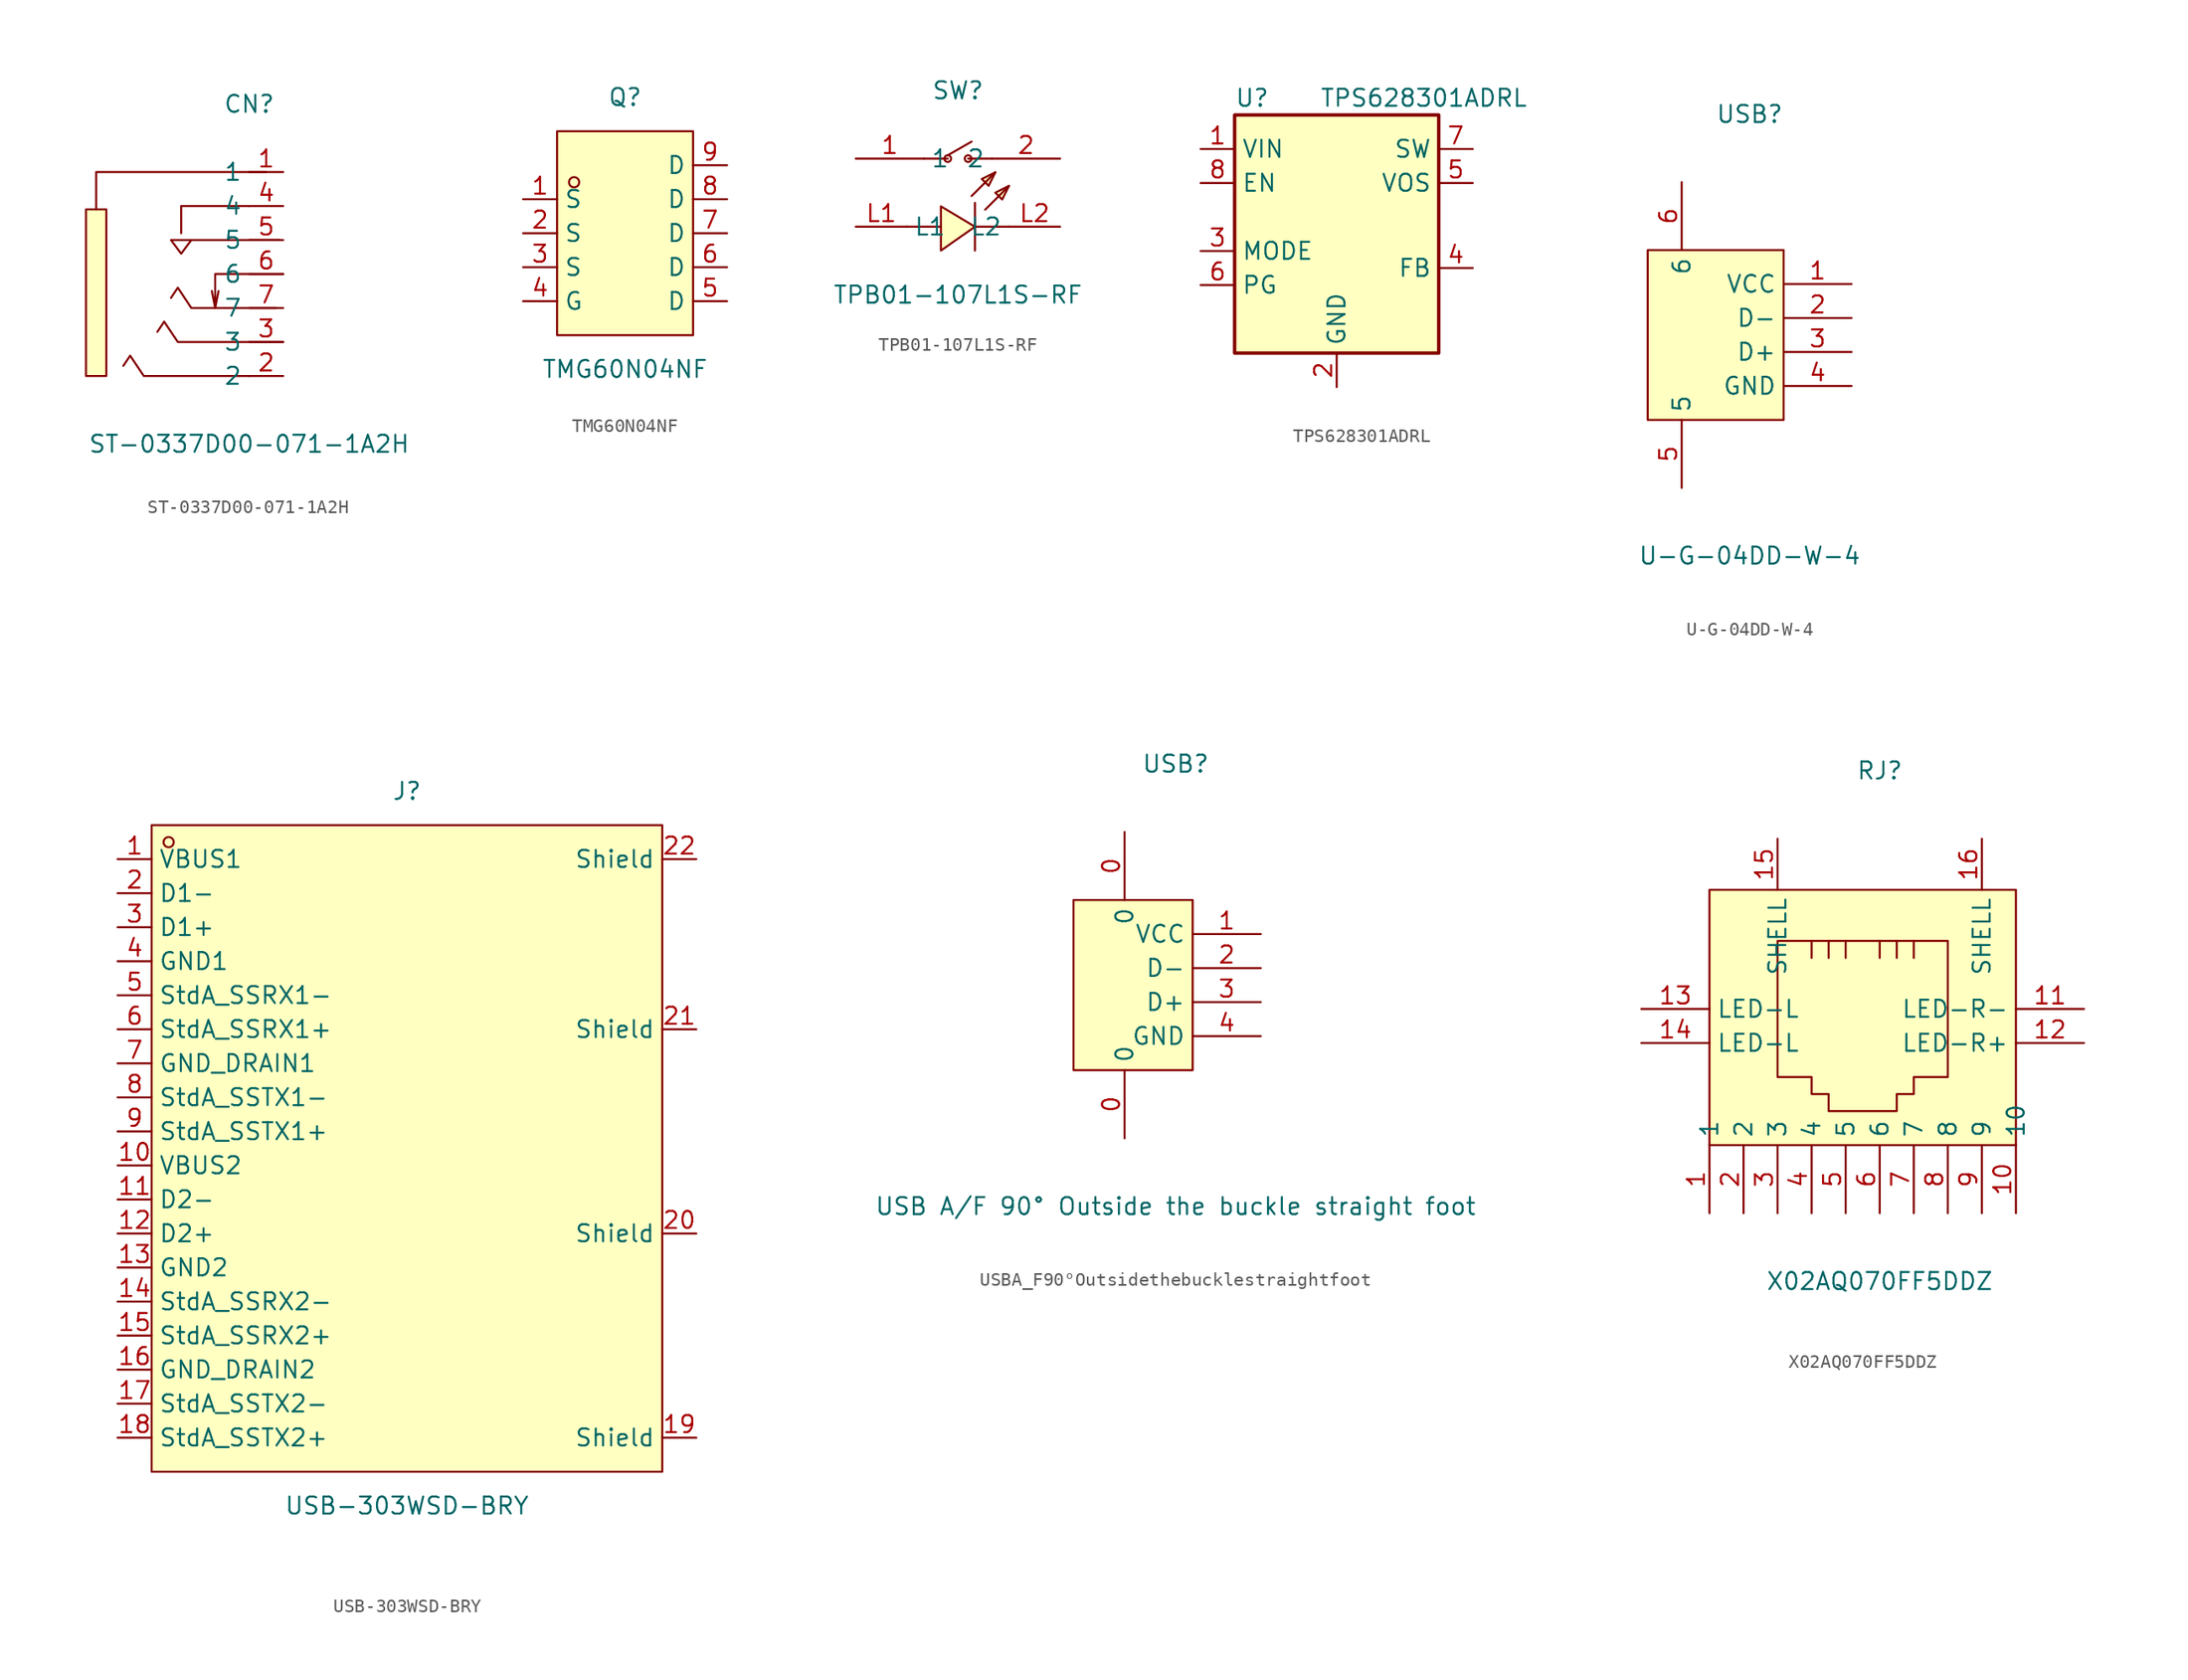
<source format=kicad_sym>
(kicad_symbol_lib
  (version 20241209)
  (generator "kicad_symbol_editor")
  (generator_version "9.0")
  (symbol "ST-0337D00-071-1A2H"
    (property "Reference" "CN"
      (at 0 12.7 0)
      (effects (font (size 1.27 1.27))))
    (property "Value" "ST-0337D00-071-1A2H"
      (at 0 -12.7 0)
      (effects (font (size 1.27 1.27))))
    (symbol "ST-0337D00-071-1A2H_0_1"
      (rectangle (start -12.19 4.83) (end -10.67 -7.62) (stroke (width 0) (type default)) (fill (type background)))
      (polyline (pts (xy -2.54 -2.54) (xy -2.29 -1.27)) (stroke (width 0) (type default)) (fill (type none)))
      (polyline (pts (xy 0 5.08) (xy -5.08 5.08) (xy -5.08 3.05)) (stroke (width 0) (type default)) (fill (type none)))
      (polyline (pts (xy 0 -7.62) (xy -7.87 -7.62) (xy -8.89 -6.1) (xy -9.4 -6.86)) (stroke (width 0) (type default)) (fill (type none)))
      (polyline (pts (xy 1.27 7.62) (xy -11.43 7.62) (xy -11.43 4.83)) (stroke (width 0) (type default)) (fill (type none)))
      (polyline (pts (xy 2.03 -2.54) (xy -4.32 -2.54) (xy -5.33 -1.02) (xy -5.84 -1.78)) (stroke (width 0) (type default)) (fill (type none)))
      (polyline (pts (xy 2.29 2.54) (xy -4.32 2.54) (xy -5.08 1.52) (xy -5.84 2.54) (xy -4.32 2.54)) (stroke (width 0) (type default)) (fill (type none)))
      (polyline (pts (xy 2.54 0) (xy -2.54 0) (xy -2.54 -2.54) (xy -2.79 -1.27)) (stroke (width 0) (type default)) (fill (type none)))
      (polyline (pts (xy 2.54 -5.08) (xy -5.33 -5.08) (xy -6.35 -3.56) (xy -6.86 -4.32)) (stroke (width 0) (type default)) (fill (type none)))
      (pin unspecified line (at 2.54 7.62 180) (length 2.54) (name "1" (effects (font (size 1.27 1.27)))) (number "1" (effects (font (size 1.27 1.27)))))
      (pin unspecified line (at 2.54 5.08 180) (length 2.54) (name "4" (effects (font (size 1.27 1.27)))) (number "4" (effects (font (size 1.27 1.27)))))
      (pin unspecified line (at 2.54 2.54 180) (length 2.54) (name "5" (effects (font (size 1.27 1.27)))) (number "5" (effects (font (size 1.27 1.27)))))
      (pin unspecified line (at 2.54 0 180) (length 2.54) (name "6" (effects (font (size 1.27 1.27)))) (number "6" (effects (font (size 1.27 1.27)))))
      (pin unspecified line (at 2.54 -2.54 180) (length 2.54) (name "7" (effects (font (size 1.27 1.27)))) (number "7" (effects (font (size 1.27 1.27)))))
      (pin unspecified line (at 2.54 -5.08 180) (length 2.54) (name "3" (effects (font (size 1.27 1.27)))) (number "3" (effects (font (size 1.27 1.27)))))
      (pin unspecified line (at 2.54 -7.62 180) (length 2.54) (name "2" (effects (font (size 1.27 1.27)))) (number "2" (effects (font (size 1.27 1.27)))))))
  (symbol "TMG60N04NF"
    (property "Reference" "Q"
      (at 0 10.16 0)
      (effects (font (size 1.27 1.27))))
    (property "Value" "TMG60N04NF"
      (at 0 -10.16 0)
      (effects (font (size 1.27 1.27))))
    (symbol "TMG60N04NF_0_1"
      (rectangle (start -5.08 7.62) (end 5.08 -7.62) (stroke (width 0) (type default)) (fill (type background)))
      (circle (center -3.81 3.81) (radius 0.38) (stroke (width 0) (type default)) (fill (type none)))
      (pin unspecified line (at -7.62 2.54 0) (length 2.54) (name "S" (effects (font (size 1.27 1.27)))) (number "1" (effects (font (size 1.27 1.27)))))
      (pin unspecified line (at -7.62 0 0) (length 2.54) (name "S" (effects (font (size 1.27 1.27)))) (number "2" (effects (font (size 1.27 1.27)))))
      (pin unspecified line (at -7.62 -2.54 0) (length 2.54) (name "S" (effects (font (size 1.27 1.27)))) (number "3" (effects (font (size 1.27 1.27)))))
      (pin unspecified line (at -7.62 -5.08 0) (length 2.54) (name "G" (effects (font (size 1.27 1.27)))) (number "4" (effects (font (size 1.27 1.27)))))
      (pin unspecified line (at 7.62 5.08 180) (length 2.54) (name "D" (effects (font (size 1.27 1.27)))) (number "9" (effects (font (size 1.27 1.27)))))
      (pin unspecified line (at 7.62 2.54 180) (length 2.54) (name "D" (effects (font (size 1.27 1.27)))) (number "8" (effects (font (size 1.27 1.27)))))
      (pin unspecified line (at 7.62 0 180) (length 2.54) (name "D" (effects (font (size 1.27 1.27)))) (number "7" (effects (font (size 1.27 1.27)))))
      (pin unspecified line (at 7.62 -2.54 180) (length 2.54) (name "D" (effects (font (size 1.27 1.27)))) (number "6" (effects (font (size 1.27 1.27)))))
      (pin unspecified line (at 7.62 -5.08 180) (length 2.54) (name "D" (effects (font (size 1.27 1.27)))) (number "5" (effects (font (size 1.27 1.27)))))))
  (symbol "TPB01-107L1S-RF"
    (property "Reference" "SW"
      (at 0 7.62 0)
      (effects (font (size 1.27 1.27))))
    (property "Value" "TPB01-107L1S-RF"
      (at 0 -7.62 0)
      (effects (font (size 1.27 1.27))))
    (symbol "TPB01-107L1S-RF_0_1"
      (polyline (pts (xy -3.81 -2.54) (xy -1.27 -2.54) (xy -1.52 -2.54)) (stroke (width 0) (type default)) (fill (type none)))
      (polyline (pts (xy -2.54 2.54) (xy -0.76 2.54)) (stroke (width 0) (type default)) (fill (type none)))
      (polyline (pts (xy -1.27 -1.02) (xy 1.27 -2.54) (xy -1.27 -4.32) (xy -1.27 -1.02)) (stroke (width 0) (type default)) (fill (type background)))
      (circle (center -0.76 2.54) (radius 0.25) (stroke (width 0) (type default)) (fill (type none)))
      (circle (center 0.76 2.54) (radius 0.25) (stroke (width 0) (type default)) (fill (type none)))
      (polyline (pts (xy 1.02 3.81) (xy -0.76 2.79)) (stroke (width 0) (type default)) (fill (type none)))
      (polyline (pts (xy 1.02 -0.25) (xy 2.79 1.52)) (stroke (width 0) (type default)) (fill (type none)))
      (polyline (pts (xy 1.27 -0.76) (xy 1.27 -4.32)) (stroke (width 0) (type default)) (fill (type none)))
      (polyline (pts (xy 1.52 2.54) (xy 0.76 2.54)) (stroke (width 0) (type default)) (fill (type none)))
      (polyline (pts (xy 2.03 -1.27) (xy 3.81 0.51)) (stroke (width 0) (type default)) (fill (type none)))
      (polyline (pts (xy 2.54 2.54) (xy 1.52 2.54)) (stroke (width 0) (type default)) (fill (type none)))
      (polyline (pts (xy 2.79 1.52) (xy 1.78 1.02) (xy 2.29 0.51) (xy 2.79 1.52)) (stroke (width 0) (type default)) (fill (type background)))
      (polyline (pts (xy 3.81 0.51) (xy 2.79 0) (xy 3.3 -0.51) (xy 3.81 0.51)) (stroke (width 0) (type default)) (fill (type background)))
      (polyline (pts (xy 3.81 -2.54) (xy 1.27 -2.54)) (stroke (width 0) (type default)) (fill (type none)))
      (pin unspecified line (at -7.62 2.54 0) (length 5.08) (name "1" (effects (font (size 1.27 1.27)))) (number "1" (effects (font (size 1.27 1.27)))))
      (pin unspecified line (at -7.62 -2.54 0) (length 3.81) (name "L1" (effects (font (size 1.27 1.27)))) (number "L1" (effects (font (size 1.27 1.27)))))
      (pin unspecified line (at 7.62 2.54 180) (length 5.08) (name "2" (effects (font (size 1.27 1.27)))) (number "2" (effects (font (size 1.27 1.27)))))
      (pin unspecified line (at 7.62 -2.54 180) (length 3.81) (name "L2" (effects (font (size 1.27 1.27)))) (number "L2" (effects (font (size 1.27 1.27)))))))
  (symbol "TPS628301ADRL"
    (property "Reference" "U"
      (at -7.62 11.43 0)
      (effects (font (size 1.27 1.27)) (justify left)))
    (property "Value" "TPS628301ADRL"
      (at -1.27 11.43 0)
      (effects (font (size 1.27 1.27)) (justify left)))
    (symbol "TPS628301ADRL_0_1"
      (rectangle (start -7.62 10.16) (end 7.62 -7.62) (stroke (width 0.254) (type default)) (fill (type background))))
    (symbol "TPS628301ADRL_1_1"
      (pin power_in line (at -10.16 7.62 0) (length 2.54) (name "VIN" (effects (font (size 1.27 1.27)))) (number "1" (effects (font (size 1.27 1.27)))))
      (pin input line (at -10.16 5.08 0) (length 2.54) (name "EN" (effects (font (size 1.27 1.27)))) (number "8" (effects (font (size 1.27 1.27)))))
      (pin input line (at -10.16 0 0) (length 2.54) (name "MODE" (effects (font (size 1.27 1.27)))) (number "3" (effects (font (size 1.27 1.27)))))
      (pin output line (at -10.16 -2.54 0) (length 2.54) (name "PG" (effects (font (size 1.27 1.27)))) (number "6" (effects (font (size 1.27 1.27)))))
      (pin power_in line (at 0 -10.16 90) (length 2.54) (name "GND" (effects (font (size 1.27 1.27)))) (number "2" (effects (font (size 1.27 1.27)))))
      (pin power_out line (at 10.16 7.62 180) (length 2.54) (name "SW" (effects (font (size 1.27 1.27)))) (number "7" (effects (font (size 1.27 1.27)))))
      (pin input line (at 10.16 5.08 180) (length 2.54) (name "VOS" (effects (font (size 1.27 1.27)))) (number "5" (effects (font (size 1.27 1.27)))))
      (pin input line (at 10.16 -1.27 180) (length 2.54) (name "FB" (effects (font (size 1.27 1.27)))) (number "4" (effects (font (size 1.27 1.27)))))))
  (symbol "U-G-04DD-W-4"
    (property "Reference" "USB"
      (at 0 17.78 0)
      (effects (font (size 1.27 1.27))))
    (property "Value" "U-G-04DD-W-4"
      (at 0 -15.24 0)
      (effects (font (size 1.27 1.27))))
    (symbol "U-G-04DD-W-4_0_1"
      (rectangle (start -7.62 7.62) (end 2.54 -5.08) (stroke (width 0) (type default)) (fill (type background)))
      (pin unspecified line (at -5.08 12.7 270) (length 5.08) (name "6" (effects (font (size 1.27 1.27)))) (number "6" (effects (font (size 1.27 1.27)))))
      (pin unspecified line (at -5.08 -10.16 90) (length 5.08) (name "5" (effects (font (size 1.27 1.27)))) (number "5" (effects (font (size 1.27 1.27)))))
      (pin unspecified line (at 7.62 5.08 180) (length 5.08) (name "VCC" (effects (font (size 1.27 1.27)))) (number "1" (effects (font (size 1.27 1.27)))))
      (pin unspecified line (at 7.62 2.54 180) (length 5.08) (name "D-" (effects (font (size 1.27 1.27)))) (number "2" (effects (font (size 1.27 1.27)))))
      (pin unspecified line (at 7.62 0 180) (length 5.08) (name "D+" (effects (font (size 1.27 1.27)))) (number "3" (effects (font (size 1.27 1.27)))))
      (pin unspecified line (at 7.62 -2.54 180) (length 5.08) (name "GND" (effects (font (size 1.27 1.27)))) (number "4" (effects (font (size 1.27 1.27)))))))
  (symbol "USB-303WSD-BRY"
    (property "Reference" "J"
      (at 0 26.67 0)
      (effects (font (size 1.27 1.27))))
    (property "Value" "USB-303WSD-BRY"
      (at 0 -26.67 0)
      (effects (font (size 1.27 1.27))))
    (symbol "USB-303WSD-BRY_0_1"
      (rectangle (start -19.05 24.13) (end 19.05 -24.13) (stroke (width 0) (type default)) (fill (type background)))
      (circle (center -17.78 22.86) (radius 0.38) (stroke (width 0) (type default)) (fill (type none)))
      (pin power_in line (at -21.59 21.59 0) (length 2.54) (name "VBUS1" (effects (font (size 1.27 1.27)))) (number "1" (effects (font (size 1.27 1.27)))))
      (pin bidirectional line (at -21.59 19.05 0) (length 2.54) (name "D1-" (effects (font (size 1.27 1.27)))) (number "2" (effects (font (size 1.27 1.27)))))
      (pin bidirectional line (at -21.59 16.51 0) (length 2.54) (name "D1+" (effects (font (size 1.27 1.27)))) (number "3" (effects (font (size 1.27 1.27)))))
      (pin power_in line (at -21.59 13.97 0) (length 2.54) (name "GND1" (effects (font (size 1.27 1.27)))) (number "4" (effects (font (size 1.27 1.27)))))
      (pin output line (at -21.59 11.43 0) (length 2.54) (name "StdA_SSRX1-" (effects (font (size 1.27 1.27)))) (number "5" (effects (font (size 1.27 1.27)))))
      (pin output line (at -21.59 8.89 0) (length 2.54) (name "StdA_SSRX1+" (effects (font (size 1.27 1.27)))) (number "6" (effects (font (size 1.27 1.27)))))
      (pin power_in line (at -21.59 6.35 0) (length 2.54) (name "GND_DRAIN1" (effects (font (size 1.27 1.27)))) (number "7" (effects (font (size 1.27 1.27)))))
      (pin input line (at -21.59 3.81 0) (length 2.54) (name "StdA_SSTX1-" (effects (font (size 1.27 1.27)))) (number "8" (effects (font (size 1.27 1.27)))))
      (pin input line (at -21.59 1.27 0) (length 2.54) (name "StdA_SSTX1+" (effects (font (size 1.27 1.27)))) (number "9" (effects (font (size 1.27 1.27)))))
      (pin power_in line (at -21.59 -1.27 0) (length 2.54) (name "VBUS2" (effects (font (size 1.27 1.27)))) (number "10" (effects (font (size 1.27 1.27)))))
      (pin bidirectional line (at -21.59 -3.81 0) (length 2.54) (name "D2-" (effects (font (size 1.27 1.27)))) (number "11" (effects (font (size 1.27 1.27)))))
      (pin bidirectional line (at -21.59 -6.35 0) (length 2.54) (name "D2+" (effects (font (size 1.27 1.27)))) (number "12" (effects (font (size 1.27 1.27)))))
      (pin power_in line (at -21.59 -8.89 0) (length 2.54) (name "GND2" (effects (font (size 1.27 1.27)))) (number "13" (effects (font (size 1.27 1.27)))))
      (pin output line (at -21.59 -11.43 0) (length 2.54) (name "StdA_SSRX2-" (effects (font (size 1.27 1.27)))) (number "14" (effects (font (size 1.27 1.27)))))
      (pin output line (at -21.59 -13.97 0) (length 2.54) (name "StdA_SSRX2+" (effects (font (size 1.27 1.27)))) (number "15" (effects (font (size 1.27 1.27)))))
      (pin power_in line (at -21.59 -16.51 0) (length 2.54) (name "GND_DRAIN2" (effects (font (size 1.27 1.27)))) (number "16" (effects (font (size 1.27 1.27)))))
      (pin input line (at -21.59 -19.05 0) (length 2.54) (name "StdA_SSTX2-" (effects (font (size 1.27 1.27)))) (number "17" (effects (font (size 1.27 1.27)))))
      (pin input line (at -21.59 -21.59 0) (length 2.54) (name "StdA_SSTX2+" (effects (font (size 1.27 1.27)))) (number "18" (effects (font (size 1.27 1.27)))))
      (pin passive line (at 21.59 21.59 180) (length 2.54) (name "Shield" (effects (font (size 1.27 1.27)))) (number "22" (effects (font (size 1.27 1.27)))))
      (pin passive line (at 21.59 8.89 180) (length 2.54) (name "Shield" (effects (font (size 1.27 1.27)))) (number "21" (effects (font (size 1.27 1.27)))))
      (pin passive line (at 21.59 -6.35 180) (length 2.54) (name "Shield" (effects (font (size 1.27 1.27)))) (number "20" (effects (font (size 1.27 1.27)))))
      (pin passive line (at 21.59 -21.59 180) (length 2.54) (name "Shield" (effects (font (size 1.27 1.27)))) (number "19" (effects (font (size 1.27 1.27)))))))
  (symbol "USBA_F90°Outsidethebucklestraightfoot"
    (property "Reference" "USB"
      (at 0 16.51 0)
      (effects (font (size 1.27 1.27))))
    (property "Value" "USB A/F 90° Outside the buckle straight foot"
      (at 0 -16.51 0)
      (effects (font (size 1.27 1.27))))
    (symbol "USBA_F90°Outsidethebucklestraightfoot_0_1"
      (rectangle (start -7.62 6.35) (end 1.27 -6.35) (stroke (width 0) (type default)) (fill (type background)))
      (pin unspecified line (at -3.81 11.43 270) (length 5.08) (name "0" (effects (font (size 1.27 1.27)))) (number "0" (effects (font (size 1.27 1.27)))))
      (pin unspecified line (at -3.81 -11.43 90) (length 5.08) (name "0" (effects (font (size 1.27 1.27)))) (number "0" (effects (font (size 1.27 1.27)))))
      (pin input line (at 6.35 3.81 180) (length 5.08) (name "VCC" (effects (font (size 1.27 1.27)))) (number "1" (effects (font (size 1.27 1.27)))))
      (pin input line (at 6.35 1.27 180) (length 5.08) (name "D-" (effects (font (size 1.27 1.27)))) (number "2" (effects (font (size 1.27 1.27)))))
      (pin input line (at 6.35 -1.27 180) (length 5.08) (name "D+" (effects (font (size 1.27 1.27)))) (number "3" (effects (font (size 1.27 1.27)))))
      (pin input line (at 6.35 -3.81 180) (length 5.08) (name "GND" (effects (font (size 1.27 1.27)))) (number "4" (effects (font (size 1.27 1.27)))))))
  (symbol "X02AQ070FF5DDZ"
    (property "Reference" "RJ"
      (at 0 20.32 0)
      (effects (font (size 1.27 1.27))))
    (property "Value" "X02AQ070FF5DDZ"
      (at 0 -17.78 0)
      (effects (font (size 1.27 1.27))))
    (symbol "X02AQ070FF5DDZ_0_1"
      (rectangle (start -12.7 11.43) (end 10.16 -7.62) (stroke (width 0) (type default)) (fill (type background)))
      (polyline (pts (xy -5.08 7.62) (xy -5.08 6.35) (xy -5.08 6.35)) (stroke (width 0) (type default)) (fill (type none)))
      (polyline (pts (xy -3.81 7.62) (xy -3.81 6.35) (xy -3.81 6.35)) (stroke (width 0) (type default)) (fill (type none)))
      (polyline (pts (xy -2.54 7.62) (xy -2.54 6.35) (xy -2.54 6.35)) (stroke (width 0) (type default)) (fill (type none)))
      (polyline (pts (xy 0 7.62) (xy 0 6.35) (xy 0 6.35)) (stroke (width 0) (type default)) (fill (type none)))
      (polyline (pts (xy 1.27 7.62) (xy 1.27 6.35) (xy 1.27 6.35)) (stroke (width 0) (type default)) (fill (type none)))
      (polyline (pts (xy 2.54 7.62) (xy 2.54 6.35) (xy 2.54 6.35)) (stroke (width 0) (type default)) (fill (type none)))
      (polyline (pts (xy 5.08 7.62) (xy -7.62 7.62) (xy -7.62 -2.54) (xy -5.08 -2.54) (xy -5.08 -3.81) (xy -3.81 -3.81) (xy -3.81 -3.81) (xy -3.81 -5.08) (xy 1.27 -5.08) (xy 1.27 -3.81) (xy 2.54 -3.81) (xy 2.54 -2.54) (xy 5.08 -2.54) (xy 5.08 7.62) (xy 5.08 6.35)) (stroke (width 0) (type default)) (fill (type none)))
      (pin unspecified line (at -17.78 2.54 0) (length 5.08) (name "LED-L" (effects (font (size 1.27 1.27)))) (number "13" (effects (font (size 1.27 1.27)))))
      (pin unspecified line (at -17.78 0 0) (length 5.08) (name "LED-L" (effects (font (size 1.27 1.27)))) (number "14" (effects (font (size 1.27 1.27)))))
      (pin unspecified line (at -12.7 -12.7 90) (length 5.08) (name "1" (effects (font (size 1.27 1.27)))) (number "1" (effects (font (size 1.27 1.27)))))
      (pin unspecified line (at -10.16 -12.7 90) (length 5.08) (name "2" (effects (font (size 1.27 1.27)))) (number "2" (effects (font (size 1.27 1.27)))))
      (pin unspecified line (at -7.62 15.24 270) (length 3.81) (name "SHELL" (effects (font (size 1.27 1.27)))) (number "15" (effects (font (size 1.27 1.27)))))
      (pin unspecified line (at -7.62 -12.7 90) (length 5.08) (name "3" (effects (font (size 1.27 1.27)))) (number "3" (effects (font (size 1.27 1.27)))))
      (pin unspecified line (at -5.08 -12.7 90) (length 5.08) (name "4" (effects (font (size 1.27 1.27)))) (number "4" (effects (font (size 1.27 1.27)))))
      (pin unspecified line (at -2.54 -12.7 90) (length 5.08) (name "5" (effects (font (size 1.27 1.27)))) (number "5" (effects (font (size 1.27 1.27)))))
      (pin unspecified line (at 0 -12.7 90) (length 5.08) (name "6" (effects (font (size 1.27 1.27)))) (number "6" (effects (font (size 1.27 1.27)))))
      (pin unspecified line (at 2.54 -12.7 90) (length 5.08) (name "7" (effects (font (size 1.27 1.27)))) (number "7" (effects (font (size 1.27 1.27)))))
      (pin unspecified line (at 5.08 -12.7 90) (length 5.08) (name "8" (effects (font (size 1.27 1.27)))) (number "8" (effects (font (size 1.27 1.27)))))
      (pin unspecified line (at 7.62 15.24 270) (length 3.81) (name "SHELL" (effects (font (size 1.27 1.27)))) (number "16" (effects (font (size 1.27 1.27)))))
      (pin unspecified line (at 7.62 -12.7 90) (length 5.08) (name "9" (effects (font (size 1.27 1.27)))) (number "9" (effects (font (size 1.27 1.27)))))
      (pin unspecified line (at 10.16 -12.7 90) (length 5.08) (name "10" (effects (font (size 1.27 1.27)))) (number "10" (effects (font (size 1.27 1.27)))))
      (pin unspecified line (at 15.24 2.54 180) (length 5.08) (name "LED-R-" (effects (font (size 1.27 1.27)))) (number "11" (effects (font (size 1.27 1.27)))))
      (pin unspecified line (at 15.24 0 180) (length 5.08) (name "LED-R+" (effects (font (size 1.27 1.27)))) (number "12" (effects (font (size 1.27 1.27))))))))
</source>
